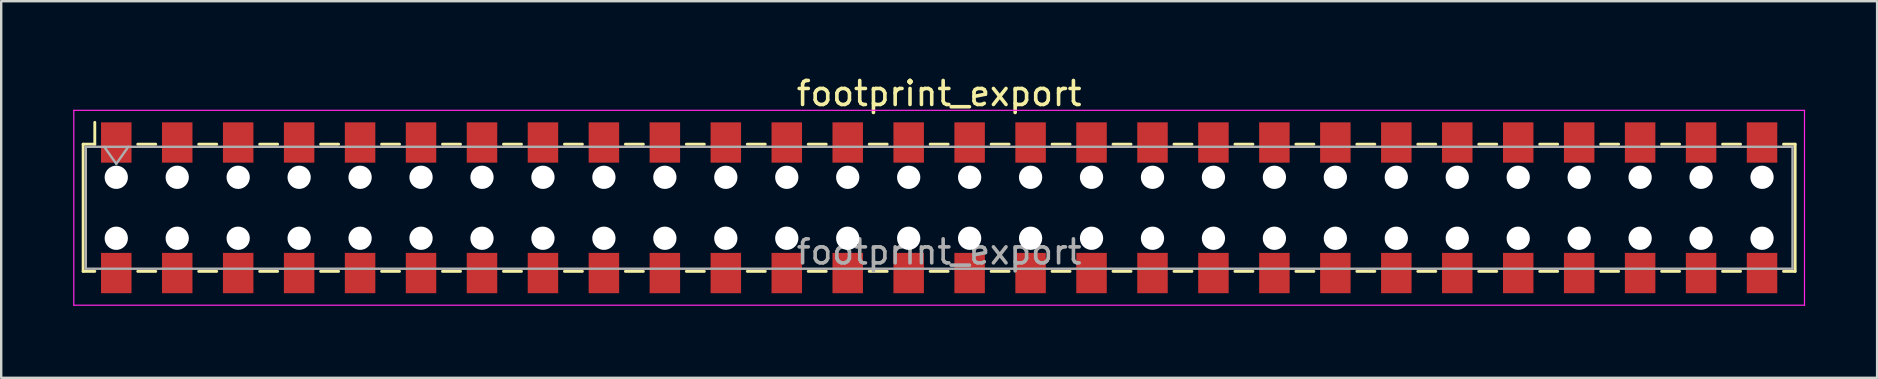
<source format=kicad_pcb>
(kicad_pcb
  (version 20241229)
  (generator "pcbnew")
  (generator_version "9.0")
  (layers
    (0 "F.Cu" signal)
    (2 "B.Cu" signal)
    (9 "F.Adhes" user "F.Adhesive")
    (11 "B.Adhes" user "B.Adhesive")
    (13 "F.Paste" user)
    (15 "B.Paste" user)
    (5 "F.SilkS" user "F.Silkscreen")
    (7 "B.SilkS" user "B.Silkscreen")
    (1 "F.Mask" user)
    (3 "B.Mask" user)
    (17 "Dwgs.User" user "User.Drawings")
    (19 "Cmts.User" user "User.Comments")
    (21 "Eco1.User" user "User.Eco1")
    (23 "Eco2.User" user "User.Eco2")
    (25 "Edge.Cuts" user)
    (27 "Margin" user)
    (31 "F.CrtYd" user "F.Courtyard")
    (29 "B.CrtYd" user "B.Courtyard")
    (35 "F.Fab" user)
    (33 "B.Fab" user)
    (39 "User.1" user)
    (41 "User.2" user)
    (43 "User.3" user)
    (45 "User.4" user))
  (footprint "footprint_export"
    (layer "F.Cu")
    (at 36.085 5.608)
    (property "Reference" "footprint_export" (at 0 -4.76 0) (layer "F.SilkS") (effects (font (size 1 1) (thickness 0.15))))
    (attr smd)
    (fp_line (start -35.67 -2.65) (end -35.67 2.65) (stroke (width 0.12) (type solid)) (layer "F.SilkS"))
    (fp_line (start -35.67 2.65) (end -35.185 2.65) (stroke (width 0.12) (type solid)) (layer "F.SilkS"))
    (fp_line (start -35.185 -3.56) (end -35.185 -2.65) (stroke (width 0.12) (type solid)) (layer "F.SilkS"))
    (fp_line (start -35.185 -2.65) (end -35.67 -2.65) (stroke (width 0.12) (type solid)) (layer "F.SilkS"))
    (fp_line (start -33.395 -2.65) (end -32.645 -2.65) (stroke (width 0.12) (type solid)) (layer "F.SilkS"))
    (fp_line (start -33.395 2.65) (end -32.645 2.65) (stroke (width 0.12) (type solid)) (layer "F.SilkS"))
    (fp_line (start -30.855 -2.65) (end -30.105 -2.65) (stroke (width 0.12) (type solid)) (layer "F.SilkS"))
    (fp_line (start -30.855 2.65) (end -30.105 2.65) (stroke (width 0.12) (type solid)) (layer "F.SilkS"))
    (fp_line (start -28.315 -2.65) (end -27.565 -2.65) (stroke (width 0.12) (type solid)) (layer "F.SilkS"))
    (fp_line (start -28.315 2.65) (end -27.565 2.65) (stroke (width 0.12) (type solid)) (layer "F.SilkS"))
    (fp_line (start -25.775 -2.65) (end -25.025 -2.65) (stroke (width 0.12) (type solid)) (layer "F.SilkS"))
    (fp_line (start -25.775 2.65) (end -25.025 2.65) (stroke (width 0.12) (type solid)) (layer "F.SilkS"))
    (fp_line (start -23.235 -2.65) (end -22.485 -2.65) (stroke (width 0.12) (type solid)) (layer "F.SilkS"))
    (fp_line (start -23.235 2.65) (end -22.485 2.65) (stroke (width 0.12) (type solid)) (layer "F.SilkS"))
    (fp_line (start -20.695 -2.65) (end -19.945 -2.65) (stroke (width 0.12) (type solid)) (layer "F.SilkS"))
    (fp_line (start -20.695 2.65) (end -19.945 2.65) (stroke (width 0.12) (type solid)) (layer "F.SilkS"))
    (fp_line (start -18.155 -2.65) (end -17.405 -2.65) (stroke (width 0.12) (type solid)) (layer "F.SilkS"))
    (fp_line (start -18.155 2.65) (end -17.405 2.65) (stroke (width 0.12) (type solid)) (layer "F.SilkS"))
    (fp_line (start -15.615 -2.65) (end -14.865 -2.65) (stroke (width 0.12) (type solid)) (layer "F.SilkS"))
    (fp_line (start -15.615 2.65) (end -14.865 2.65) (stroke (width 0.12) (type solid)) (layer "F.SilkS"))
    (fp_line (start -13.075 -2.65) (end -12.325 -2.65) (stroke (width 0.12) (type solid)) (layer "F.SilkS"))
    (fp_line (start -13.075 2.65) (end -12.325 2.65) (stroke (width 0.12) (type solid)) (layer "F.SilkS"))
    (fp_line (start -10.535 -2.65) (end -9.785 -2.65) (stroke (width 0.12) (type solid)) (layer "F.SilkS"))
    (fp_line (start -10.535 2.65) (end -9.785 2.65) (stroke (width 0.12) (type solid)) (layer "F.SilkS"))
    (fp_line (start -7.995 -2.65) (end -7.245 -2.65) (stroke (width 0.12) (type solid)) (layer "F.SilkS"))
    (fp_line (start -7.995 2.65) (end -7.245 2.65) (stroke (width 0.12) (type solid)) (layer "F.SilkS"))
    (fp_line (start -5.455 -2.65) (end -4.705 -2.65) (stroke (width 0.12) (type solid)) (layer "F.SilkS"))
    (fp_line (start -5.455 2.65) (end -4.705 2.65) (stroke (width 0.12) (type solid)) (layer "F.SilkS"))
    (fp_line (start -2.915 -2.65) (end -2.165 -2.65) (stroke (width 0.12) (type solid)) (layer "F.SilkS"))
    (fp_line (start -2.915 2.65) (end -2.165 2.65) (stroke (width 0.12) (type solid)) (layer "F.SilkS"))
    (fp_line (start -0.375 -2.65) (end 0.375 -2.65) (stroke (width 0.12) (type solid)) (layer "F.SilkS"))
    (fp_line (start -0.375 2.65) (end 0.375 2.65) (stroke (width 0.12) (type solid)) (layer "F.SilkS"))
    (fp_line (start 2.165 -2.65) (end 2.915 -2.65) (stroke (width 0.12) (type solid)) (layer "F.SilkS"))
    (fp_line (start 2.165 2.65) (end 2.915 2.65) (stroke (width 0.12) (type solid)) (layer "F.SilkS"))
    (fp_line (start 4.705 -2.65) (end 5.455 -2.65) (stroke (width 0.12) (type solid)) (layer "F.SilkS"))
    (fp_line (start 4.705 2.65) (end 5.455 2.65) (stroke (width 0.12) (type solid)) (layer "F.SilkS"))
    (fp_line (start 7.245 -2.65) (end 7.995 -2.65) (stroke (width 0.12) (type solid)) (layer "F.SilkS"))
    (fp_line (start 7.245 2.65) (end 7.995 2.65) (stroke (width 0.12) (type solid)) (layer "F.SilkS"))
    (fp_line (start 9.785 -2.65) (end 10.535 -2.65) (stroke (width 0.12) (type solid)) (layer "F.SilkS"))
    (fp_line (start 9.785 2.65) (end 10.535 2.65) (stroke (width 0.12) (type solid)) (layer "F.SilkS"))
    (fp_line (start 12.325 -2.65) (end 13.075 -2.65) (stroke (width 0.12) (type solid)) (layer "F.SilkS"))
    (fp_line (start 12.325 2.65) (end 13.075 2.65) (stroke (width 0.12) (type solid)) (layer "F.SilkS"))
    (fp_line (start 14.865 -2.65) (end 15.615 -2.65) (stroke (width 0.12) (type solid)) (layer "F.SilkS"))
    (fp_line (start 14.865 2.65) (end 15.615 2.65) (stroke (width 0.12) (type solid)) (layer "F.SilkS"))
    (fp_line (start 17.405 -2.65) (end 18.155 -2.65) (stroke (width 0.12) (type solid)) (layer "F.SilkS"))
    (fp_line (start 17.405 2.65) (end 18.155 2.65) (stroke (width 0.12) (type solid)) (layer "F.SilkS"))
    (fp_line (start 19.945 -2.65) (end 20.695 -2.65) (stroke (width 0.12) (type solid)) (layer "F.SilkS"))
    (fp_line (start 19.945 2.65) (end 20.695 2.65) (stroke (width 0.12) (type solid)) (layer "F.SilkS"))
    (fp_line (start 22.485 -2.65) (end 23.235 -2.65) (stroke (width 0.12) (type solid)) (layer "F.SilkS"))
    (fp_line (start 22.485 2.65) (end 23.235 2.65) (stroke (width 0.12) (type solid)) (layer "F.SilkS"))
    (fp_line (start 25.025 -2.65) (end 25.775 -2.65) (stroke (width 0.12) (type solid)) (layer "F.SilkS"))
    (fp_line (start 25.025 2.65) (end 25.775 2.65) (stroke (width 0.12) (type solid)) (layer "F.SilkS"))
    (fp_line (start 27.565 -2.65) (end 28.315 -2.65) (stroke (width 0.12) (type solid)) (layer "F.SilkS"))
    (fp_line (start 27.565 2.65) (end 28.315 2.65) (stroke (width 0.12) (type solid)) (layer "F.SilkS"))
    (fp_line (start 30.105 -2.65) (end 30.855 -2.65) (stroke (width 0.12) (type solid)) (layer "F.SilkS"))
    (fp_line (start 30.105 2.65) (end 30.855 2.65) (stroke (width 0.12) (type solid)) (layer "F.SilkS"))
    (fp_line (start 32.645 -2.65) (end 33.395 -2.65) (stroke (width 0.12) (type solid)) (layer "F.SilkS"))
    (fp_line (start 32.645 2.65) (end 33.395 2.65) (stroke (width 0.12) (type solid)) (layer "F.SilkS"))
    (fp_line (start 35.185 -2.65) (end 35.67 -2.65) (stroke (width 0.12) (type solid)) (layer "F.SilkS"))
    (fp_line (start 35.67 -2.65) (end 35.67 2.65) (stroke (width 0.12) (type solid)) (layer "F.SilkS"))
    (fp_line (start 35.67 2.65) (end 35.185 2.65) (stroke (width 0.12) (type solid)) (layer "F.SilkS"))
    (fp_line (start -36.06 -4.06) (end 36.06 -4.06) (stroke (width 0.05) (type solid)) (layer "F.CrtYd"))
    (fp_line (start -36.06 4.06) (end -36.06 -4.06) (stroke (width 0.05) (type solid)) (layer "F.CrtYd"))
    (fp_line (start 36.06 -4.06) (end 36.06 4.06) (stroke (width 0.05) (type solid)) (layer "F.CrtYd"))
    (fp_line (start 36.06 4.06) (end -36.06 4.06) (stroke (width 0.05) (type solid)) (layer "F.CrtYd"))
    (fp_line (start -35.56 -2.54) (end 35.56 -2.54) (stroke (width 0.1) (type solid)) (layer "F.Fab"))
    (fp_line (start -35.56 2.54) (end -35.56 -2.54) (stroke (width 0.1) (type solid)) (layer "F.Fab"))
    (fp_line (start -34.79 -2.54) (end -34.29 -1.833) (stroke (width 0.1) (type solid)) (layer "F.Fab"))
    (fp_line (start -34.29 -1.833) (end -33.79 -2.54) (stroke (width 0.1) (type solid)) (layer "F.Fab"))
    (fp_line (start 35.56 -2.54) (end 35.56 2.54) (stroke (width 0.1) (type solid)) (layer "F.Fab"))
    (fp_line (start 35.56 2.54) (end -35.56 2.54) (stroke (width 0.1) (type solid)) (layer "F.Fab"))
    (fp_text user "${REFERENCE}" (at 0 1.84 0) (layer "F.Fab") (effects (font (size 1 1) (thickness 0.15))))
    (pad "" np_thru_hole circle (at -34.29 -1.27) (size 0.97 0.97) (drill 0.97) (layers "*.Cu" "*.Mask"))
    (pad "" np_thru_hole circle (at -34.29 1.27) (size 0.97 0.97) (drill 0.97) (layers "*.Cu" "*.Mask"))
    (pad "" np_thru_hole circle (at -31.75 -1.27) (size 0.97 0.97) (drill 0.97) (layers "*.Cu" "*.Mask"))
    (pad "" np_thru_hole circle (at -31.75 1.27) (size 0.97 0.97) (drill 0.97) (layers "*.Cu" "*.Mask"))
    (pad "" np_thru_hole circle (at -29.21 -1.27) (size 0.97 0.97) (drill 0.97) (layers "*.Cu" "*.Mask"))
    (pad "" np_thru_hole circle (at -29.21 1.27) (size 0.97 0.97) (drill 0.97) (layers "*.Cu" "*.Mask"))
    (pad "" np_thru_hole circle (at -26.67 -1.27) (size 0.97 0.97) (drill 0.97) (layers "*.Cu" "*.Mask"))
    (pad "" np_thru_hole circle (at -26.67 1.27) (size 0.97 0.97) (drill 0.97) (layers "*.Cu" "*.Mask"))
    (pad "" np_thru_hole circle (at -24.13 -1.27) (size 0.97 0.97) (drill 0.97) (layers "*.Cu" "*.Mask"))
    (pad "" np_thru_hole circle (at -24.13 1.27) (size 0.97 0.97) (drill 0.97) (layers "*.Cu" "*.Mask"))
    (pad "" np_thru_hole circle (at -21.59 -1.27) (size 0.97 0.97) (drill 0.97) (layers "*.Cu" "*.Mask"))
    (pad "" np_thru_hole circle (at -21.59 1.27) (size 0.97 0.97) (drill 0.97) (layers "*.Cu" "*.Mask"))
    (pad "" np_thru_hole circle (at -19.05 -1.27) (size 0.97 0.97) (drill 0.97) (layers "*.Cu" "*.Mask"))
    (pad "" np_thru_hole circle (at -19.05 1.27) (size 0.97 0.97) (drill 0.97) (layers "*.Cu" "*.Mask"))
    (pad "" np_thru_hole circle (at -16.51 -1.27) (size 0.97 0.97) (drill 0.97) (layers "*.Cu" "*.Mask"))
    (pad "" np_thru_hole circle (at -16.51 1.27) (size 0.97 0.97) (drill 0.97) (layers "*.Cu" "*.Mask"))
    (pad "" np_thru_hole circle (at -13.97 -1.27) (size 0.97 0.97) (drill 0.97) (layers "*.Cu" "*.Mask"))
    (pad "" np_thru_hole circle (at -13.97 1.27) (size 0.97 0.97) (drill 0.97) (layers "*.Cu" "*.Mask"))
    (pad "" np_thru_hole circle (at -11.43 -1.27) (size 0.97 0.97) (drill 0.97) (layers "*.Cu" "*.Mask"))
    (pad "" np_thru_hole circle (at -11.43 1.27) (size 0.97 0.97) (drill 0.97) (layers "*.Cu" "*.Mask"))
    (pad "" np_thru_hole circle (at -8.89 -1.27) (size 0.97 0.97) (drill 0.97) (layers "*.Cu" "*.Mask"))
    (pad "" np_thru_hole circle (at -8.89 1.27) (size 0.97 0.97) (drill 0.97) (layers "*.Cu" "*.Mask"))
    (pad "" np_thru_hole circle (at -6.35 -1.27) (size 0.97 0.97) (drill 0.97) (layers "*.Cu" "*.Mask"))
    (pad "" np_thru_hole circle (at -6.35 1.27) (size 0.97 0.97) (drill 0.97) (layers "*.Cu" "*.Mask"))
    (pad "" np_thru_hole circle (at -3.81 -1.27) (size 0.97 0.97) (drill 0.97) (layers "*.Cu" "*.Mask"))
    (pad "" np_thru_hole circle (at -3.81 1.27) (size 0.97 0.97) (drill 0.97) (layers "*.Cu" "*.Mask"))
    (pad "" np_thru_hole circle (at -1.27 -1.27) (size 0.97 0.97) (drill 0.97) (layers "*.Cu" "*.Mask"))
    (pad "" np_thru_hole circle (at -1.27 1.27) (size 0.97 0.97) (drill 0.97) (layers "*.Cu" "*.Mask"))
    (pad "" np_thru_hole circle (at 1.27 -1.27) (size 0.97 0.97) (drill 0.97) (layers "*.Cu" "*.Mask"))
    (pad "" np_thru_hole circle (at 1.27 1.27) (size 0.97 0.97) (drill 0.97) (layers "*.Cu" "*.Mask"))
    (pad "" np_thru_hole circle (at 3.81 -1.27) (size 0.97 0.97) (drill 0.97) (layers "*.Cu" "*.Mask"))
    (pad "" np_thru_hole circle (at 3.81 1.27) (size 0.97 0.97) (drill 0.97) (layers "*.Cu" "*.Mask"))
    (pad "" np_thru_hole circle (at 6.35 -1.27) (size 0.97 0.97) (drill 0.97) (layers "*.Cu" "*.Mask"))
    (pad "" np_thru_hole circle (at 6.35 1.27) (size 0.97 0.97) (drill 0.97) (layers "*.Cu" "*.Mask"))
    (pad "" np_thru_hole circle (at 8.89 -1.27) (size 0.97 0.97) (drill 0.97) (layers "*.Cu" "*.Mask"))
    (pad "" np_thru_hole circle (at 8.89 1.27) (size 0.97 0.97) (drill 0.97) (layers "*.Cu" "*.Mask"))
    (pad "" np_thru_hole circle (at 11.43 -1.27) (size 0.97 0.97) (drill 0.97) (layers "*.Cu" "*.Mask"))
    (pad "" np_thru_hole circle (at 11.43 1.27) (size 0.97 0.97) (drill 0.97) (layers "*.Cu" "*.Mask"))
    (pad "" np_thru_hole circle (at 13.97 -1.27) (size 0.97 0.97) (drill 0.97) (layers "*.Cu" "*.Mask"))
    (pad "" np_thru_hole circle (at 13.97 1.27) (size 0.97 0.97) (drill 0.97) (layers "*.Cu" "*.Mask"))
    (pad "" np_thru_hole circle (at 16.51 -1.27) (size 0.97 0.97) (drill 0.97) (layers "*.Cu" "*.Mask"))
    (pad "" np_thru_hole circle (at 16.51 1.27) (size 0.97 0.97) (drill 0.97) (layers "*.Cu" "*.Mask"))
    (pad "" np_thru_hole circle (at 19.05 -1.27) (size 0.97 0.97) (drill 0.97) (layers "*.Cu" "*.Mask"))
    (pad "" np_thru_hole circle (at 19.05 1.27) (size 0.97 0.97) (drill 0.97) (layers "*.Cu" "*.Mask"))
    (pad "" np_thru_hole circle (at 21.59 -1.27) (size 0.97 0.97) (drill 0.97) (layers "*.Cu" "*.Mask"))
    (pad "" np_thru_hole circle (at 21.59 1.27) (size 0.97 0.97) (drill 0.97) (layers "*.Cu" "*.Mask"))
    (pad "" np_thru_hole circle (at 24.13 -1.27) (size 0.97 0.97) (drill 0.97) (layers "*.Cu" "*.Mask"))
    (pad "" np_thru_hole circle (at 24.13 1.27) (size 0.97 0.97) (drill 0.97) (layers "*.Cu" "*.Mask"))
    (pad "" np_thru_hole circle (at 26.67 -1.27) (size 0.97 0.97) (drill 0.97) (layers "*.Cu" "*.Mask"))
    (pad "" np_thru_hole circle (at 26.67 1.27) (size 0.97 0.97) (drill 0.97) (layers "*.Cu" "*.Mask"))
    (pad "" np_thru_hole circle (at 29.21 -1.27) (size 0.97 0.97) (drill 0.97) (layers "*.Cu" "*.Mask"))
    (pad "" np_thru_hole circle (at 29.21 1.27) (size 0.97 0.97) (drill 0.97) (layers "*.Cu" "*.Mask"))
    (pad "" np_thru_hole circle (at 31.75 -1.27) (size 0.97 0.97) (drill 0.97) (layers "*.Cu" "*.Mask"))
    (pad "" np_thru_hole circle (at 31.75 1.27) (size 0.97 0.97) (drill 0.97) (layers "*.Cu" "*.Mask"))
    (pad "" np_thru_hole circle (at 34.29 -1.27) (size 0.97 0.97) (drill 0.97) (layers "*.Cu" "*.Mask"))
    (pad "" np_thru_hole circle (at 34.29 1.27) (size 0.97 0.97) (drill 0.97) (layers "*.Cu" "*.Mask"))
    (pad "1" smd rect (at -34.29 -2.72) (size 1.27 1.68) (layers "F.Cu" "F.Mask" "F.Paste"))
    (pad "2" smd rect (at -34.29 2.72) (size 1.27 1.68) (layers "F.Cu" "F.Mask" "F.Paste"))
    (pad "3" smd rect (at -31.75 -2.72) (size 1.27 1.68) (layers "F.Cu" "F.Mask" "F.Paste"))
    (pad "4" smd rect (at -31.75 2.72) (size 1.27 1.68) (layers "F.Cu" "F.Mask" "F.Paste"))
    (pad "5" smd rect (at -29.21 -2.72) (size 1.27 1.68) (layers "F.Cu" "F.Mask" "F.Paste"))
    (pad "6" smd rect (at -29.21 2.72) (size 1.27 1.68) (layers "F.Cu" "F.Mask" "F.Paste"))
    (pad "7" smd rect (at -26.67 -2.72) (size 1.27 1.68) (layers "F.Cu" "F.Mask" "F.Paste"))
    (pad "8" smd rect (at -26.67 2.72) (size 1.27 1.68) (layers "F.Cu" "F.Mask" "F.Paste"))
    (pad "9" smd rect (at -24.13 -2.72) (size 1.27 1.68) (layers "F.Cu" "F.Mask" "F.Paste"))
    (pad "10" smd rect (at -24.13 2.72) (size 1.27 1.68) (layers "F.Cu" "F.Mask" "F.Paste"))
    (pad "11" smd rect (at -21.59 -2.72) (size 1.27 1.68) (layers "F.Cu" "F.Mask" "F.Paste"))
    (pad "12" smd rect (at -21.59 2.72) (size 1.27 1.68) (layers "F.Cu" "F.Mask" "F.Paste"))
    (pad "13" smd rect (at -19.05 -2.72) (size 1.27 1.68) (layers "F.Cu" "F.Mask" "F.Paste"))
    (pad "14" smd rect (at -19.05 2.72) (size 1.27 1.68) (layers "F.Cu" "F.Mask" "F.Paste"))
    (pad "15" smd rect (at -16.51 -2.72) (size 1.27 1.68) (layers "F.Cu" "F.Mask" "F.Paste"))
    (pad "16" smd rect (at -16.51 2.72) (size 1.27 1.68) (layers "F.Cu" "F.Mask" "F.Paste"))
    (pad "17" smd rect (at -13.97 -2.72) (size 1.27 1.68) (layers "F.Cu" "F.Mask" "F.Paste"))
    (pad "18" smd rect (at -13.97 2.72) (size 1.27 1.68) (layers "F.Cu" "F.Mask" "F.Paste"))
    (pad "19" smd rect (at -11.43 -2.72) (size 1.27 1.68) (layers "F.Cu" "F.Mask" "F.Paste"))
    (pad "20" smd rect (at -11.43 2.72) (size 1.27 1.68) (layers "F.Cu" "F.Mask" "F.Paste"))
    (pad "21" smd rect (at -8.89 -2.72) (size 1.27 1.68) (layers "F.Cu" "F.Mask" "F.Paste"))
    (pad "22" smd rect (at -8.89 2.72) (size 1.27 1.68) (layers "F.Cu" "F.Mask" "F.Paste"))
    (pad "23" smd rect (at -6.35 -2.72) (size 1.27 1.68) (layers "F.Cu" "F.Mask" "F.Paste"))
    (pad "24" smd rect (at -6.35 2.72) (size 1.27 1.68) (layers "F.Cu" "F.Mask" "F.Paste"))
    (pad "25" smd rect (at -3.81 -2.72) (size 1.27 1.68) (layers "F.Cu" "F.Mask" "F.Paste"))
    (pad "26" smd rect (at -3.81 2.72) (size 1.27 1.68) (layers "F.Cu" "F.Mask" "F.Paste"))
    (pad "27" smd rect (at -1.27 -2.72) (size 1.27 1.68) (layers "F.Cu" "F.Mask" "F.Paste"))
    (pad "28" smd rect (at -1.27 2.72) (size 1.27 1.68) (layers "F.Cu" "F.Mask" "F.Paste"))
    (pad "29" smd rect (at 1.27 -2.72) (size 1.27 1.68) (layers "F.Cu" "F.Mask" "F.Paste"))
    (pad "30" smd rect (at 1.27 2.72) (size 1.27 1.68) (layers "F.Cu" "F.Mask" "F.Paste"))
    (pad "31" smd rect (at 3.81 -2.72) (size 1.27 1.68) (layers "F.Cu" "F.Mask" "F.Paste"))
    (pad "32" smd rect (at 3.81 2.72) (size 1.27 1.68) (layers "F.Cu" "F.Mask" "F.Paste"))
    (pad "33" smd rect (at 6.35 -2.72) (size 1.27 1.68) (layers "F.Cu" "F.Mask" "F.Paste"))
    (pad "34" smd rect (at 6.35 2.72) (size 1.27 1.68) (layers "F.Cu" "F.Mask" "F.Paste"))
    (pad "35" smd rect (at 8.89 -2.72) (size 1.27 1.68) (layers "F.Cu" "F.Mask" "F.Paste"))
    (pad "36" smd rect (at 8.89 2.72) (size 1.27 1.68) (layers "F.Cu" "F.Mask" "F.Paste"))
    (pad "37" smd rect (at 11.43 -2.72) (size 1.27 1.68) (layers "F.Cu" "F.Mask" "F.Paste"))
    (pad "38" smd rect (at 11.43 2.72) (size 1.27 1.68) (layers "F.Cu" "F.Mask" "F.Paste"))
    (pad "39" smd rect (at 13.97 -2.72) (size 1.27 1.68) (layers "F.Cu" "F.Mask" "F.Paste"))
    (pad "40" smd rect (at 13.97 2.72) (size 1.27 1.68) (layers "F.Cu" "F.Mask" "F.Paste"))
    (pad "41" smd rect (at 16.51 -2.72) (size 1.27 1.68) (layers "F.Cu" "F.Mask" "F.Paste"))
    (pad "42" smd rect (at 16.51 2.72) (size 1.27 1.68) (layers "F.Cu" "F.Mask" "F.Paste"))
    (pad "43" smd rect (at 19.05 -2.72) (size 1.27 1.68) (layers "F.Cu" "F.Mask" "F.Paste"))
    (pad "44" smd rect (at 19.05 2.72) (size 1.27 1.68) (layers "F.Cu" "F.Mask" "F.Paste"))
    (pad "45" smd rect (at 21.59 -2.72) (size 1.27 1.68) (layers "F.Cu" "F.Mask" "F.Paste"))
    (pad "46" smd rect (at 21.59 2.72) (size 1.27 1.68) (layers "F.Cu" "F.Mask" "F.Paste"))
    (pad "47" smd rect (at 24.13 -2.72) (size 1.27 1.68) (layers "F.Cu" "F.Mask" "F.Paste"))
    (pad "48" smd rect (at 24.13 2.72) (size 1.27 1.68) (layers "F.Cu" "F.Mask" "F.Paste"))
    (pad "49" smd rect (at 26.67 -2.72) (size 1.27 1.68) (layers "F.Cu" "F.Mask" "F.Paste"))
    (pad "50" smd rect (at 26.67 2.72) (size 1.27 1.68) (layers "F.Cu" "F.Mask" "F.Paste"))
    (pad "51" smd rect (at 29.21 -2.72) (size 1.27 1.68) (layers "F.Cu" "F.Mask" "F.Paste"))
    (pad "52" smd rect (at 29.21 2.72) (size 1.27 1.68) (layers "F.Cu" "F.Mask" "F.Paste"))
    (pad "53" smd rect (at 31.75 -2.72) (size 1.27 1.68) (layers "F.Cu" "F.Mask" "F.Paste"))
    (pad "54" smd rect (at 31.75 2.72) (size 1.27 1.68) (layers "F.Cu" "F.Mask" "F.Paste"))
    (pad "55" smd rect (at 34.29 -2.72) (size 1.27 1.68) (layers "F.Cu" "F.Mask" "F.Paste"))
    (pad "56" smd rect (at 34.29 2.72) (size 1.27 1.68) (layers "F.Cu" "F.Mask" "F.Paste")))
  (gr_rect
    (start -3 -3)
    (end 75.17 12.693)
    (stroke (width 0.1) (type default))
    (fill no)
    (layer "Edge.Cuts")))
</source>
